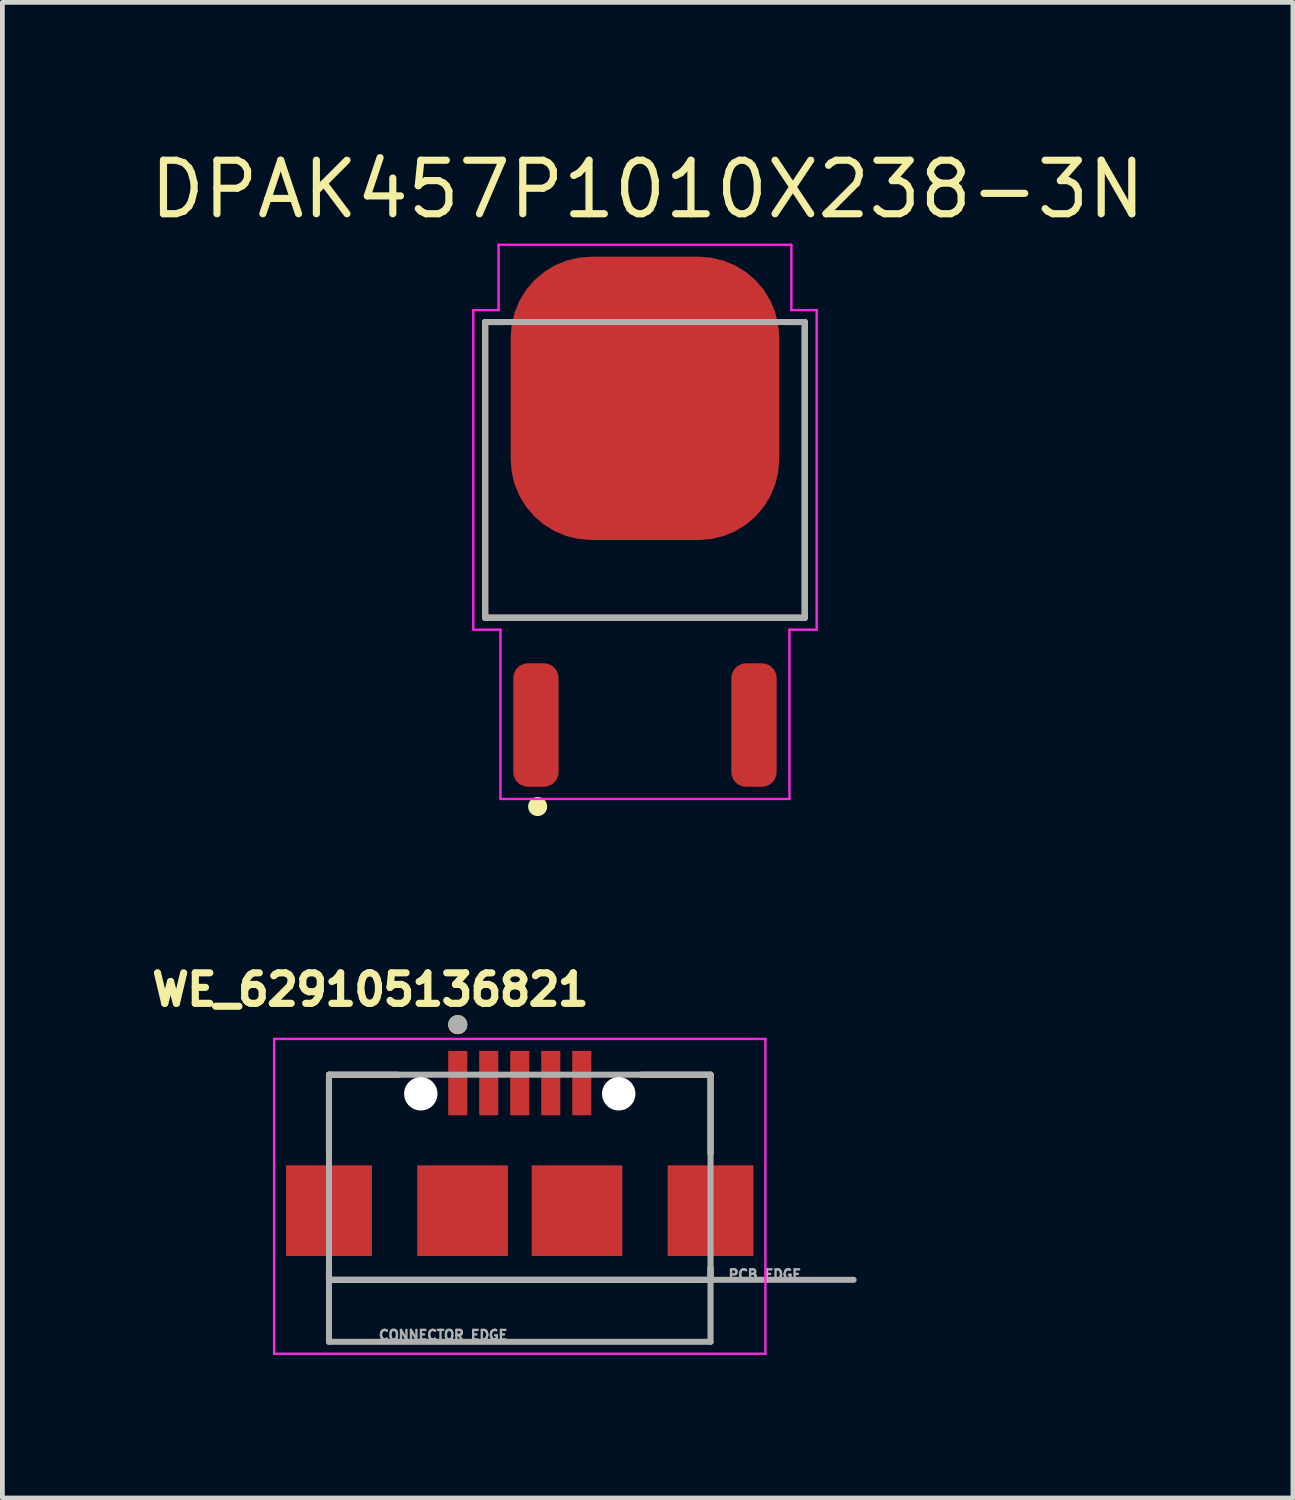
<source format=kicad_pcb>
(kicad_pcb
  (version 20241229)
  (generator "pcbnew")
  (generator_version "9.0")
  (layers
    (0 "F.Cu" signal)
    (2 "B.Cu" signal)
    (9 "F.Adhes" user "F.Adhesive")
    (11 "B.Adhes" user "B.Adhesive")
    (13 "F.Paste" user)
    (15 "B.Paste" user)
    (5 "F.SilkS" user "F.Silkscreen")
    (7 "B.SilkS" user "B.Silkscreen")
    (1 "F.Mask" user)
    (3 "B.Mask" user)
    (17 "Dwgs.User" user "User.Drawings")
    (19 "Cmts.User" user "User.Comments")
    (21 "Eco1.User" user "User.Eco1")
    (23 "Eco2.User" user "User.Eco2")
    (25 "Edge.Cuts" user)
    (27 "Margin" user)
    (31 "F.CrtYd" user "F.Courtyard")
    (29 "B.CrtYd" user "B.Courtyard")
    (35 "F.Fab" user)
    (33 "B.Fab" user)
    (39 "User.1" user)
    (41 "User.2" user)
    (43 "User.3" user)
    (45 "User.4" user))
  (footprint "WE_629105136821"
    (layer "F.Cu")
    (at 7.848 22.334)
    (property "Reference" "WE_629105136821" (at -3.131 -4.635 0) (layer "F.SilkS") (effects (font (size 0.64 0.64) (thickness 0.15))))
    (attr through_hole)
    (fp_line (start -4 -2.85) (end -4 -1.2) (stroke (width 0.127) (type solid)) (layer "F.SilkS"))
    (fp_line (start -4 -2.85) (end -2.55 -2.85) (stroke (width 0.127) (type solid)) (layer "F.SilkS"))
    (fp_line (start -4 1.2) (end -4 1.45) (stroke (width 0.127) (type solid)) (layer "F.SilkS"))
    (fp_line (start -4 1.45) (end 4 1.45) (stroke (width 0.127) (type solid)) (layer "F.SilkS"))
    (fp_line (start 4 -2.85) (end 2.55 -2.85) (stroke (width 0.127) (type solid)) (layer "F.SilkS"))
    (fp_line (start 4 -2.85) (end 4 -1.2) (stroke (width 0.127) (type solid)) (layer "F.SilkS"))
    (fp_line (start 4 1.2) (end 4 1.45) (stroke (width 0.127) (type solid)) (layer "F.SilkS"))
    (fp_circle (center -1.3 -3.9) (end -1.2 -3.9) (stroke (width 0.2) (type solid)) (fill no) (layer "F.SilkS"))
    (fp_line (start -5.15 -3.6) (end 5.15 -3.6) (stroke (width 0.05) (type solid)) (layer "F.CrtYd"))
    (fp_line (start -5.15 3) (end -5.15 -3.6) (stroke (width 0.05) (type solid)) (layer "F.CrtYd"))
    (fp_line (start 5.15 -3.6) (end 5.15 3) (stroke (width 0.05) (type solid)) (layer "F.CrtYd"))
    (fp_line (start 5.15 3) (end -5.15 3) (stroke (width 0.05) (type solid)) (layer "F.CrtYd"))
    (fp_line (start -4 -2.85) (end 4 -2.85) (stroke (width 0.127) (type solid)) (layer "F.Fab"))
    (fp_line (start -4 1.45) (end -4 -2.85) (stroke (width 0.127) (type solid)) (layer "F.Fab"))
    (fp_line (start -4 1.45) (end 7 1.45) (stroke (width 0.127) (type solid)) (layer "F.Fab"))
    (fp_line (start -4 2.75) (end -4 1.45) (stroke (width 0.127) (type solid)) (layer "F.Fab"))
    (fp_line (start 4 -2.85) (end 4 2.75) (stroke (width 0.127) (type solid)) (layer "F.Fab"))
    (fp_line (start 4 2.75) (end -4 2.75) (stroke (width 0.127) (type solid)) (layer "F.Fab"))
    (fp_circle (center -1.3 -3.9) (end -1.2 -3.9) (stroke (width 0.2) (type solid)) (fill no) (layer "F.Fab"))
    (fp_text user "PCB EDGE" (at 5.14 1.34 0) (layer "F.Fab") (effects (font (size 0.2 0.2) (thickness 0.15))))
    (fp_text user "CONNECTOR EDGE" (at -1.605 2.61 0) (layer "F.Fab") (effects (font (size 0.2 0.2) (thickness 0.15))))
    (pad "" np_thru_hole circle (at -2.075 -2.45) (size 0.7 0.7) (drill 0.7) (layers "*.Cu" "*.Mask"))
    (pad "" np_thru_hole circle (at 2.075 -2.45) (size 0.7 0.7) (drill 0.7) (layers "*.Cu" "*.Mask"))
    (pad "1" smd rect (at -1.3 -2.675) (size 0.4 1.35) (layers "F.Cu" "F.Mask" "F.Paste"))
    (pad "2" smd rect (at -0.65 -2.675) (size 0.4 1.35) (layers "F.Cu" "F.Mask" "F.Paste"))
    (pad "3" smd rect (at 0 -2.675) (size 0.4 1.35) (layers "F.Cu" "F.Mask" "F.Paste"))
    (pad "4" smd rect (at 0.65 -2.675) (size 0.4 1.35) (layers "F.Cu" "F.Mask" "F.Paste"))
    (pad "5" smd rect (at 1.3 -2.675) (size 0.4 1.35) (layers "F.Cu" "F.Mask" "F.Paste"))
    (pad "S1" smd rect (at -4 0) (size 1.8 1.9) (layers "F.Cu" "F.Mask" "F.Paste"))
    (pad "S2" smd rect (at -1.2 0) (size 1.9 1.9) (layers "F.Cu" "F.Mask" "F.Paste"))
    (pad "S3" smd rect (at 1.2 0) (size 1.9 1.9) (layers "F.Cu" "F.Mask" "F.Paste"))
    (pad "S4" smd rect (at 4 0) (size 1.8 1.9) (layers "F.Cu" "F.Mask" "F.Paste")))
  (footprint "DPAK457P1010X238-3N"
    (layer "F.Cu")
    (at 10.473 7.892)
    (property "Reference" "DPAK457P1010X238-3N" (at 0.056 -6.972 0) (layer "F.SilkS") (effects (font (size 1.122 1.122) (thickness 0.15))))
    (attr through_hole)
    (fp_line (start -3.35 -4.19) (end -3 -4.19) (stroke (width 0.127) (type solid)) (layer "F.SilkS"))
    (fp_line (start -3.35 2.01) (end -3.35 -4.19) (stroke (width 0.127) (type solid)) (layer "F.SilkS"))
    (fp_line (start 3 -4.19) (end 3.35 -4.19) (stroke (width 0.127) (type solid)) (layer "F.SilkS"))
    (fp_line (start 3.35 -4.19) (end 3.35 2.01) (stroke (width 0.127) (type solid)) (layer "F.SilkS"))
    (fp_line (start 3.35 2.01) (end -3.35 2.01) (stroke (width 0.127) (type solid)) (layer "F.SilkS"))
    (fp_circle (center -2.25 5.969) (end -2.15 5.969) (stroke (width 0.2) (type solid)) (fill no) (layer "F.SilkS"))
    (fp_line (start -3.6 -4.44) (end -3.07 -4.44) (stroke (width 0.05) (type solid)) (layer "F.CrtYd"))
    (fp_line (start -3.6 2.26) (end -3.6 -4.44) (stroke (width 0.05) (type solid)) (layer "F.CrtYd"))
    (fp_line (start -3.07 -5.81) (end 3.07 -5.81) (stroke (width 0.05) (type solid)) (layer "F.CrtYd"))
    (fp_line (start -3.07 -4.44) (end -3.07 -5.81) (stroke (width 0.05) (type solid)) (layer "F.CrtYd"))
    (fp_line (start -3.03 2.26) (end -3.6 2.26) (stroke (width 0.05) (type solid)) (layer "F.CrtYd"))
    (fp_line (start -3.03 5.81) (end -3.03 2.26) (stroke (width 0.05) (type solid)) (layer "F.CrtYd"))
    (fp_line (start 3.03 2.26) (end 3.03 5.81) (stroke (width 0.05) (type solid)) (layer "F.CrtYd"))
    (fp_line (start 3.03 5.81) (end -3.03 5.81) (stroke (width 0.05) (type solid)) (layer "F.CrtYd"))
    (fp_line (start 3.07 -5.81) (end 3.07 -4.44) (stroke (width 0.05) (type solid)) (layer "F.CrtYd"))
    (fp_line (start 3.07 -4.44) (end 3.6 -4.44) (stroke (width 0.05) (type solid)) (layer "F.CrtYd"))
    (fp_line (start 3.6 -4.44) (end 3.6 2.26) (stroke (width 0.05) (type solid)) (layer "F.CrtYd"))
    (fp_line (start 3.6 2.26) (end 3.03 2.26) (stroke (width 0.05) (type solid)) (layer "F.CrtYd"))
    (fp_line (start -3.35 -4.19) (end 3.35 -4.19) (stroke (width 0.127) (type solid)) (layer "F.Fab"))
    (fp_line (start -3.35 2.01) (end -3.35 -4.19) (stroke (width 0.127) (type solid)) (layer "F.Fab"))
    (fp_line (start 3.35 -4.19) (end 3.35 2.01) (stroke (width 0.127) (type solid)) (layer "F.Fab"))
    (fp_line (start 3.35 2.01) (end -3.35 2.01) (stroke (width 0.127) (type solid)) (layer "F.Fab"))
    (pad "1" smd roundrect (at -2.286 4.26) (size 0.95 2.59) (layers "F.Cu" "F.Mask" "F.Paste") (roundrect_rratio 0.32))
    (pad "2" smd roundrect (at 0 -2.59) (size 5.63 5.94) (layers "F.Cu" "F.Mask" "F.Paste") (roundrect_rratio 0.3))
    (pad "3" smd roundrect (at 2.286 4.26) (size 0.95 2.59) (layers "F.Cu" "F.Mask" "F.Paste") (roundrect_rratio 0.32)))
  (gr_rect
    (start -3 -3)
    (end 24.059 28.359)
    (stroke (width 0.1) (type default))
    (fill no)
    (layer "Edge.Cuts")))
</source>
